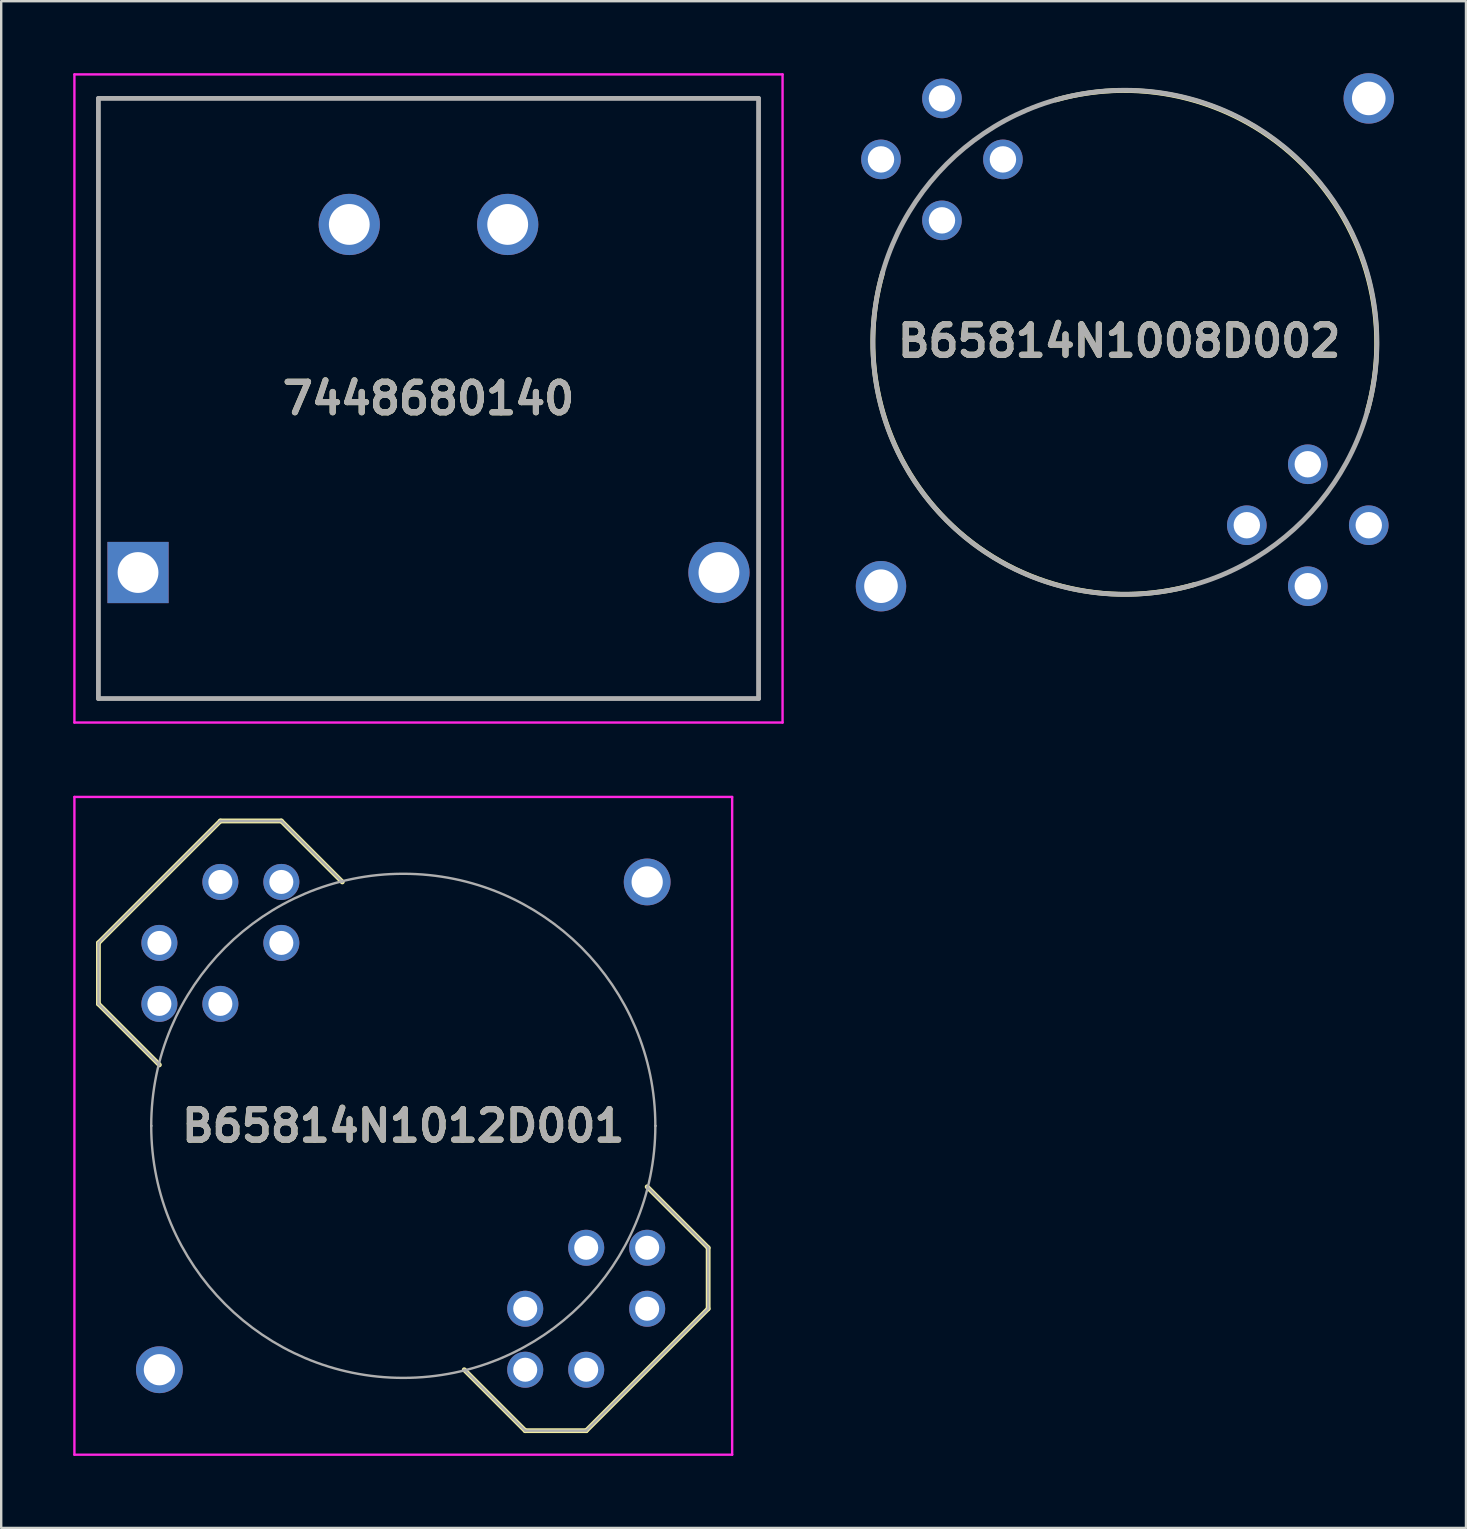
<source format=kicad_pcb>
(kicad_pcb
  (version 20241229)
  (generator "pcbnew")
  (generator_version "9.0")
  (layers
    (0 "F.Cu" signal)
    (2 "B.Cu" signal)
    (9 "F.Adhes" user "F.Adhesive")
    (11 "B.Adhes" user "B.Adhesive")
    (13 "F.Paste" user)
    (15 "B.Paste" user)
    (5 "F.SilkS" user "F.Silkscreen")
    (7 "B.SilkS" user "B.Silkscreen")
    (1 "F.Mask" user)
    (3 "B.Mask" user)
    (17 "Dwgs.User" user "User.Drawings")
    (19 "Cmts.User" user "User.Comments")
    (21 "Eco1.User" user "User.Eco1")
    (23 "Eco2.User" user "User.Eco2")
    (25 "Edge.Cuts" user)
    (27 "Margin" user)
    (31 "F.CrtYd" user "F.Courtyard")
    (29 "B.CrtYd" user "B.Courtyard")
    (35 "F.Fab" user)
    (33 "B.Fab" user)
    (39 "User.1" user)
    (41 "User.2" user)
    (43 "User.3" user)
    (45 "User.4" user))
  (footprint "7448680140"
    (layer "F.Cu")
    (at 2.7 20.8)
    (property "Reference" "7448680140" (at 12.1 -7.25 0) (layer "F.SilkS") (effects (font (size 1.27 1.27) (thickness 0.254))))
    (attr through_hole)
    (fp_line (start -1.65 -19.75) (end 25.85 -19.75) (stroke (width 0.1) (type solid)) (layer "F.SilkS"))
    (fp_line (start -1.65 5.25) (end -1.65 -19.75) (stroke (width 0.1) (type solid)) (layer "F.SilkS"))
    (fp_line (start 25.85 -19.75) (end 25.85 5.25) (stroke (width 0.1) (type solid)) (layer "F.SilkS"))
    (fp_line (start 25.85 5.25) (end -1.65 5.25) (stroke (width 0.1) (type solid)) (layer "F.SilkS"))
    (fp_line (start -2.65 -20.75) (end 26.85 -20.75) (stroke (width 0.1) (type solid)) (layer "F.CrtYd"))
    (fp_line (start -2.65 6.25) (end -2.65 -20.75) (stroke (width 0.1) (type solid)) (layer "F.CrtYd"))
    (fp_line (start 26.85 -20.75) (end 26.85 6.25) (stroke (width 0.1) (type solid)) (layer "F.CrtYd"))
    (fp_line (start 26.85 6.25) (end -2.65 6.25) (stroke (width 0.1) (type solid)) (layer "F.CrtYd"))
    (fp_line (start -1.65 -19.75) (end 25.85 -19.75) (stroke (width 0.2) (type solid)) (layer "F.Fab"))
    (fp_line (start -1.65 5.25) (end -1.65 -19.75) (stroke (width 0.2) (type solid)) (layer "F.Fab"))
    (fp_line (start 25.85 -19.75) (end 25.85 5.25) (stroke (width 0.2) (type solid)) (layer "F.Fab"))
    (fp_line (start 25.85 5.25) (end -1.65 5.25) (stroke (width 0.2) (type solid)) (layer "F.Fab"))
    (fp_text user "${REFERENCE}" (at 12.1 -7.25 0) (layer "F.Fab") (effects (font (size 1.27 1.27) (thickness 0.254))))
    (pad "1" thru_hole rect (at 0 0) (size 2.55 2.55) (drill 1.7) (layers "*.Cu" "*.Mask"))
    (pad "2" thru_hole circle (at 8.8 -14.5) (size 2.55 2.55) (drill 1.7) (layers "*.Cu" "*.Mask"))
    (pad "3" thru_hole circle (at 15.4 -14.5) (size 2.55 2.55) (drill 1.7) (layers "*.Cu" "*.Mask"))
    (pad "4" thru_hole circle (at 24.2 0) (size 2.55 2.55) (drill 1.7) (layers "*.Cu" "*.Mask")))
  (footprint "B65814N1008D002"
    (layer "F.Cu")
    (at 43.81 11.21)
    (property "Reference" "B65814N1008D002" (at -0.237 -0.055 0) (layer "F.SilkS") (effects (font (size 1.27 1.27) (thickness 0.254))))
    (attr through_hole)
    (fp_arc (start -2.885093 -10.095846) (mid 7.409833 -7.408256) (end 10.09524 2.88724) (stroke (width 0.2) (type solid)) (layer "F.SilkS"))
    (fp_arc (start 2.903583 10.090542) (mid -7.421007 7.418743) (end -10.08966 -2.90666) (stroke (width 0.2) (type solid)) (layer "F.SilkS"))
    (fp_circle (center 0 0) (end 0 10.5) (stroke (width 0.2) (type solid)) (fill no) (layer "F.Fab"))
    (fp_text user "${REFERENCE}" (at -0.237 -0.055 0) (layer "F.Fab") (effects (font (size 1.27 1.27) (thickness 0.254))))
    (pad "1" thru_hole circle (at -10.16 -7.62) (size 1.65 1.65) (drill 1.1) (layers "*.Cu" "*.Mask"))
    (pad "3" thru_hole circle (at -7.62 -5.08) (size 1.65 1.65) (drill 1.1) (layers "*.Cu" "*.Mask"))
    (pad "4" thru_hole circle (at 5.08 7.62) (size 1.65 1.65) (drill 1.1) (layers "*.Cu" "*.Mask"))
    (pad "6" thru_hole circle (at 7.62 10.16) (size 1.65 1.65) (drill 1.1) (layers "*.Cu" "*.Mask"))
    (pad "7" thru_hole circle (at 10.16 7.62) (size 1.65 1.65) (drill 1.1) (layers "*.Cu" "*.Mask"))
    (pad "9" thru_hole circle (at 7.62 5.08) (size 1.65 1.65) (drill 1.1) (layers "*.Cu" "*.Mask"))
    (pad "10" thru_hole circle (at -5.08 -7.62) (size 1.65 1.65) (drill 1.1) (layers "*.Cu" "*.Mask"))
    (pad "12" thru_hole circle (at -7.62 -10.16) (size 1.65 1.65) (drill 1.1) (layers "*.Cu" "*.Mask"))
    (pad "13" thru_hole circle (at -10.16 10.16) (size 2.1 2.1) (drill 1.4) (layers "*.Cu" "*.Mask"))
    (pad "14" thru_hole circle (at 10.16 -10.16) (size 2.1 2.1) (drill 1.4) (layers "*.Cu" "*.Mask")))
  (footprint "B65814N1012D001"
    (layer "F.Cu")
    (at 3.59 36.23)
    (property "Reference" "B65814N1012D001" (at 10.16 7.62 0) (layer "F.SilkS") (effects (font (size 1.27 1.27) (thickness 0.254))))
    (attr through_hole)
    (fp_line (start -2.54 0) (end 2.54 -5.08) (stroke (width 0.2) (type solid)) (layer "F.SilkS"))
    (fp_line (start -2.54 2.54) (end -2.54 0) (stroke (width 0.2) (type solid)) (layer "F.SilkS"))
    (fp_line (start 0 5.08) (end -2.54 2.54) (stroke (width 0.2) (type solid)) (layer "F.SilkS"))
    (fp_line (start 2.54 -5.08) (end 5.08 -5.08) (stroke (width 0.2) (type solid)) (layer "F.SilkS"))
    (fp_line (start 5.08 -5.08) (end 7.62 -2.54) (stroke (width 0.2) (type solid)) (layer "F.SilkS"))
    (fp_line (start 12.7 17.78) (end 15.24 20.32) (stroke (width 0.2) (type solid)) (layer "F.SilkS"))
    (fp_line (start 15.24 20.32) (end 17.78 20.32) (stroke (width 0.2) (type solid)) (layer "F.SilkS"))
    (fp_line (start 17.78 20.32) (end 22.86 15.24) (stroke (width 0.2) (type solid)) (layer "F.SilkS"))
    (fp_line (start 22.86 12.7) (end 20.32 10.16) (stroke (width 0.2) (type solid)) (layer "F.SilkS"))
    (fp_line (start 22.86 15.24) (end 22.86 12.7) (stroke (width 0.2) (type solid)) (layer "F.SilkS"))
    (fp_line (start -3.54 -6.08) (end 23.86 -6.08) (stroke (width 0.1) (type solid)) (layer "F.CrtYd"))
    (fp_line (start -3.54 21.32) (end -3.54 -6.08) (stroke (width 0.1) (type solid)) (layer "F.CrtYd"))
    (fp_line (start 23.86 -6.08) (end 23.86 21.32) (stroke (width 0.1) (type solid)) (layer "F.CrtYd"))
    (fp_line (start 23.86 21.32) (end -3.54 21.32) (stroke (width 0.1) (type solid)) (layer "F.CrtYd"))
    (fp_line (start -2.54 0) (end 2.54 -5.08) (stroke (width 0.1) (type solid)) (layer "F.Fab"))
    (fp_line (start -2.54 2.54) (end -2.54 0) (stroke (width 0.1) (type solid)) (layer "F.Fab"))
    (fp_line (start -0.34 7.62) (end -0.34 7.62) (stroke (width 0.1) (type solid)) (layer "F.Fab"))
    (fp_line (start 0 5.08) (end -2.54 2.54) (stroke (width 0.1) (type solid)) (layer "F.Fab"))
    (fp_line (start 2.54 -5.08) (end 5.08 -5.08) (stroke (width 0.1) (type solid)) (layer "F.Fab"))
    (fp_line (start 5.08 -5.08) (end 7.62 -2.54) (stroke (width 0.1) (type solid)) (layer "F.Fab"))
    (fp_line (start 12.7 17.78) (end 15.24 20.32) (stroke (width 0.1) (type solid)) (layer "F.Fab"))
    (fp_line (start 15.24 20.32) (end 17.78 20.32) (stroke (width 0.1) (type solid)) (layer "F.Fab"))
    (fp_line (start 17.78 20.32) (end 22.86 15.24) (stroke (width 0.1) (type solid)) (layer "F.Fab"))
    (fp_line (start 20.66 7.62) (end 20.66 7.62) (stroke (width 0.1) (type solid)) (layer "F.Fab"))
    (fp_line (start 22.86 12.7) (end 20.32 10.16) (stroke (width 0.1) (type solid)) (layer "F.Fab"))
    (fp_line (start 22.86 15.24) (end 22.86 12.7) (stroke (width 0.1) (type solid)) (layer "F.Fab"))
    (fp_arc (start -0.34 7.62) (mid 10.16 -2.88) (end 20.66 7.62) (stroke (width 0.1) (type solid)) (layer "F.Fab"))
    (fp_arc (start 20.66 7.62) (mid 10.16 18.12) (end -0.34 7.62) (stroke (width 0.1) (type solid)) (layer "F.Fab"))
    (fp_text user "${REFERENCE}" (at 10.16 7.62 0) (layer "F.Fab") (effects (font (size 1.27 1.27) (thickness 0.254))))
    (pad "1" thru_hole circle (at 0 0) (size 1.5 1.5) (drill 1) (layers "*.Cu" "*.Mask"))
    (pad "2" thru_hole circle (at 0 2.54) (size 1.5 1.5) (drill 1) (layers "*.Cu" "*.Mask"))
    (pad "3" thru_hole circle (at 2.54 2.54) (size 1.5 1.5) (drill 1) (layers "*.Cu" "*.Mask"))
    (pad "4" thru_hole circle (at 15.24 15.24) (size 1.5 1.5) (drill 1) (layers "*.Cu" "*.Mask"))
    (pad "5" thru_hole circle (at 15.24 17.78) (size 1.5 1.5) (drill 1) (layers "*.Cu" "*.Mask"))
    (pad "6" thru_hole circle (at 17.78 17.78) (size 1.5 1.5) (drill 1) (layers "*.Cu" "*.Mask"))
    (pad "7" thru_hole circle (at 20.32 15.24) (size 1.5 1.5) (drill 1) (layers "*.Cu" "*.Mask"))
    (pad "8" thru_hole circle (at 20.32 12.7) (size 1.5 1.5) (drill 1) (layers "*.Cu" "*.Mask"))
    (pad "9" thru_hole circle (at 17.78 12.7) (size 1.5 1.5) (drill 1) (layers "*.Cu" "*.Mask"))
    (pad "10" thru_hole circle (at 5.08 0) (size 1.5 1.5) (drill 1) (layers "*.Cu" "*.Mask"))
    (pad "11" thru_hole circle (at 5.08 -2.54) (size 1.5 1.5) (drill 1) (layers "*.Cu" "*.Mask"))
    (pad "12" thru_hole circle (at 2.54 -2.54) (size 1.5 1.5) (drill 1) (layers "*.Cu" "*.Mask"))
    (pad "MH1" thru_hole circle (at 0 17.78) (size 1.95 1.95) (drill 1.3) (layers "*.Cu" "*.Mask"))
    (pad "MH2" thru_hole circle (at 20.32 -2.54) (size 1.95 1.95) (drill 1.3) (layers "*.Cu" "*.Mask")))
  (gr_rect
    (start -3 -3)
    (end 58.02 60.6)
    (stroke (width 0.1) (type default))
    (fill no)
    (layer "Edge.Cuts")))
</source>
